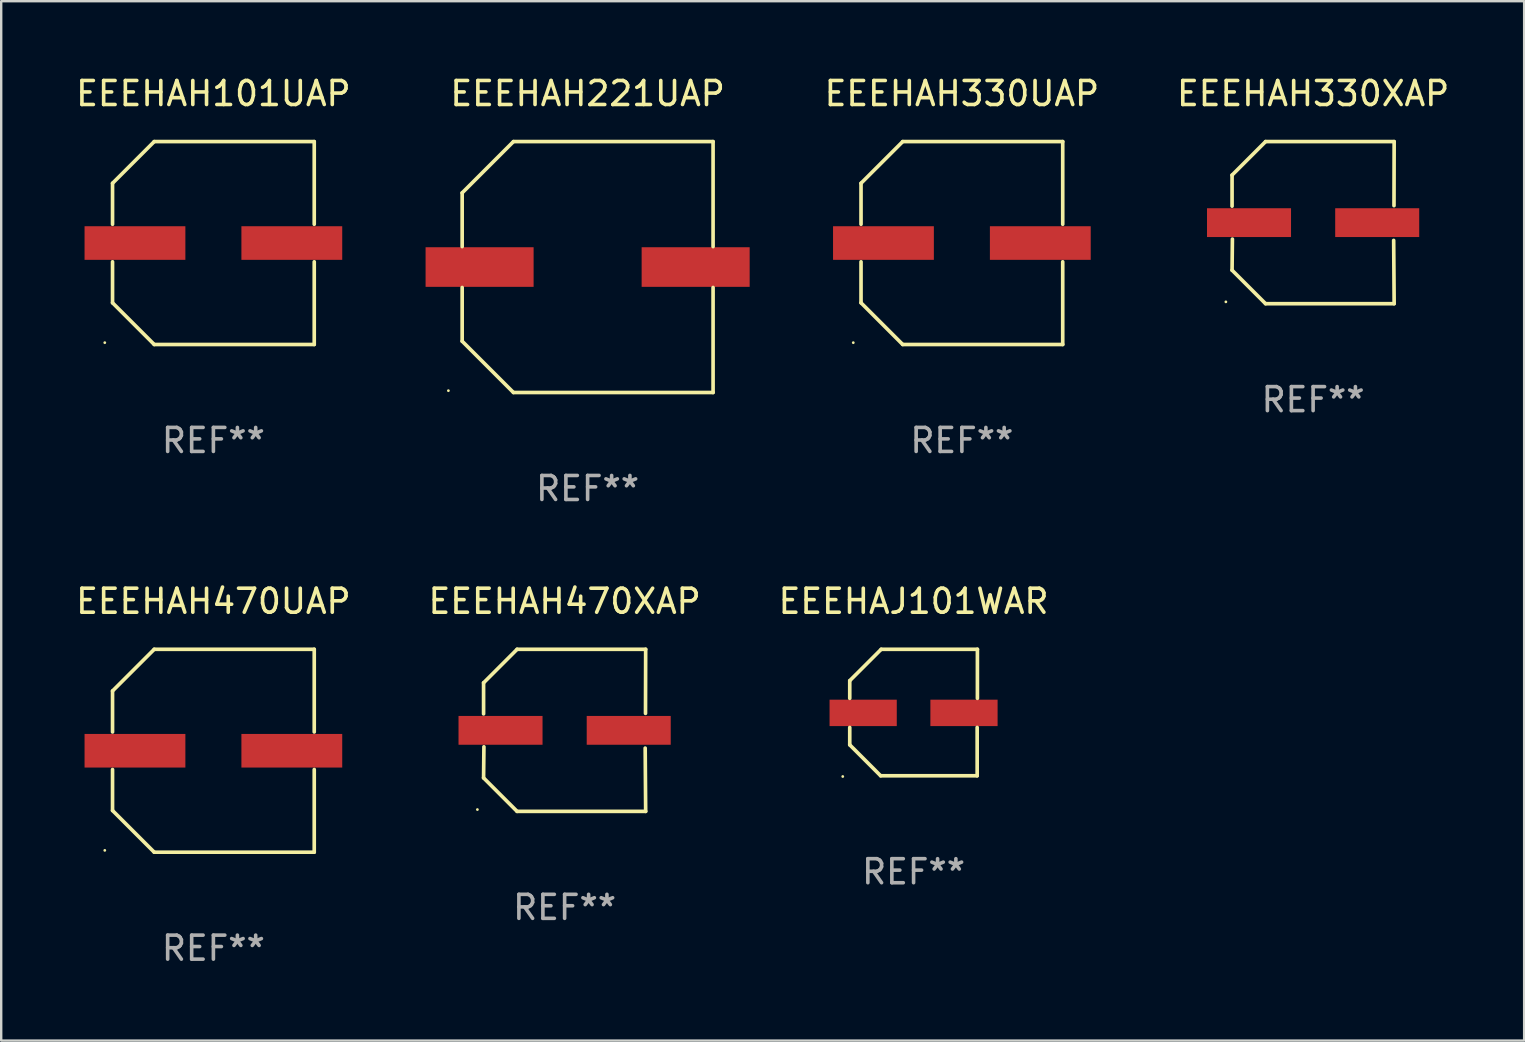
<source format=kicad_pcb>
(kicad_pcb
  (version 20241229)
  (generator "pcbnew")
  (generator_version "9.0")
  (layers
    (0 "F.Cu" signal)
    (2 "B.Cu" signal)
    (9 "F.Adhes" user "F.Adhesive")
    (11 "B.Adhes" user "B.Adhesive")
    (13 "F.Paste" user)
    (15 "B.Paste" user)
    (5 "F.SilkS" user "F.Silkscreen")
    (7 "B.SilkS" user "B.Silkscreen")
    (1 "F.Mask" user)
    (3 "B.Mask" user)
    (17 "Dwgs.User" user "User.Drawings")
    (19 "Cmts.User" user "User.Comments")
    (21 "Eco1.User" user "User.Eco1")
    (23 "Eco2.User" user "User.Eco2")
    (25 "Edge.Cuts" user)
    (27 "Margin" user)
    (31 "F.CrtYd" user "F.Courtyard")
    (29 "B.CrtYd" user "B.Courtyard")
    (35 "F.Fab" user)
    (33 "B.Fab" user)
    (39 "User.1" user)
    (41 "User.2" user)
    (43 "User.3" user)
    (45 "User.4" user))
  (footprint "EEEHAH330XAP"
    (layer "F.Cu")
    (at 51.649 6.224)
    (property "Reference" "EEEHAH330XAP" (at 0 -5.376 0) (layer "F.SilkS") (effects (font (size 1 1) (thickness 0.15))))
    (attr through_hole)
    (fp_line (start -3.376 -1.98) (end -3.376 -0.686) (stroke (width 0.152) (type solid)) (layer "F.SilkS"))
    (fp_line (start -3.376 1.981) (end -3.362 0.686) (stroke (width 0.152) (type solid)) (layer "F.SilkS"))
    (fp_line (start -1.981 3.376) (end -3.376 1.981) (stroke (width 0.152) (type solid)) (layer "F.SilkS"))
    (fp_line (start -1.98 -3.376) (end -3.376 -1.98) (stroke (width 0.152) (type solid)) (layer "F.SilkS"))
    (fp_line (start 3.356 0.74) (end 3.376 3.376) (stroke (width 0.152) (type solid)) (layer "F.SilkS"))
    (fp_line (start 3.369 -0.707) (end 3.376 -3.376) (stroke (width 0.152) (type solid)) (layer "F.SilkS"))
    (fp_line (start 3.376 3.376) (end -1.981 3.376) (stroke (width 0.152) (type solid)) (layer "F.SilkS"))
    (fp_line (start 3.376 -3.376) (end -1.98 -3.376) (stroke (width 0.152) (type solid)) (layer "F.SilkS"))
    (fp_circle (center -3.634 3.3) (end -3.604 3.3) (stroke (width 0.06) (type solid)) (fill no) (layer "F.SilkS"))
    (fp_text user "REF**" (at 0 7.376 0) (layer "F.Fab") (effects (font (size 1 1) (thickness 0.15))))
    (pad "1" smd rect (at -2.67 0.000254) (size 3.5 1.2) (layers "F.Cu" "F.Mask" "F.Paste"))
    (pad "2" smd rect (at 2.67 0.000254) (size 3.5 1.2) (layers "F.Cu" "F.Mask" "F.Paste")))
  (footprint "EEEHAH330UAP"
    (layer "F.Cu")
    (at 37.018 7.074)
    (property "Reference" "EEEHAH330UAP" (at 0 -6.226 0) (layer "F.SilkS") (effects (font (size 1 1) (thickness 0.15))))
    (attr through_hole)
    (fp_line (start -4.201 -2.49) (end -4.201 -0.782) (stroke (width 0.152) (type solid)) (layer "F.SilkS"))
    (fp_line (start -4.201 2.49) (end -4.201 0.782) (stroke (width 0.152) (type solid)) (layer "F.SilkS"))
    (fp_line (start -2.465 -4.226) (end -4.201 -2.49) (stroke (width 0.152) (type solid)) (layer "F.SilkS"))
    (fp_line (start -2.465 4.226) (end -4.201 2.49) (stroke (width 0.152) (type solid)) (layer "F.SilkS"))
    (fp_line (start 4.201 -4.226) (end -2.465 -4.226) (stroke (width 0.152) (type solid)) (layer "F.SilkS"))
    (fp_line (start 4.201 -0.782) (end 4.201 -4.226) (stroke (width 0.152) (type solid)) (layer "F.SilkS"))
    (fp_line (start 4.201 0.782) (end 4.201 4.226) (stroke (width 0.152) (type solid)) (layer "F.SilkS"))
    (fp_line (start 4.201 4.226) (end -2.465 4.226) (stroke (width 0.152) (type solid)) (layer "F.SilkS"))
    (fp_circle (center -4.524 4.15) (end -4.494 4.15) (stroke (width 0.06) (type solid)) (fill no) (layer "F.SilkS"))
    (fp_text user "REF**" (at 0 8.226 0) (layer "F.Fab") (effects (font (size 1 1) (thickness 0.15))))
    (pad "1" smd rect (at -3.267 0) (size 4.2 1.4) (layers "F.Cu" "F.Mask" "F.Paste"))
    (pad "2" smd rect (at 3.267 0) (size 4.2 1.4) (layers "F.Cu" "F.Mask" "F.Paste")))
  (footprint "EEEHAH221UAP"
    (layer "F.Cu")
    (at 21.428 8.074)
    (property "Reference" "EEEHAH221UAP" (at 0 -7.226 0) (layer "F.SilkS") (effects (font (size 1 1) (thickness 0.15))))
    (attr through_hole)
    (fp_line (start -5.226 -3.09) (end -5.226 -0.852) (stroke (width 0.152) (type solid)) (layer "F.SilkS"))
    (fp_line (start -5.226 3.09) (end -5.226 0.852) (stroke (width 0.152) (type solid)) (layer "F.SilkS"))
    (fp_line (start -3.09 -5.226) (end -5.226 -3.09) (stroke (width 0.152) (type solid)) (layer "F.SilkS"))
    (fp_line (start -3.09 5.226) (end -5.226 3.09) (stroke (width 0.152) (type solid)) (layer "F.SilkS"))
    (fp_line (start 5.226 -5.226) (end -3.09 -5.226) (stroke (width 0.152) (type solid)) (layer "F.SilkS"))
    (fp_line (start 5.226 -0.852) (end 5.226 -5.226) (stroke (width 0.152) (type solid)) (layer "F.SilkS"))
    (fp_line (start 5.226 0.852) (end 5.226 5.226) (stroke (width 0.152) (type solid)) (layer "F.SilkS"))
    (fp_line (start 5.226 5.226) (end -3.09 5.226) (stroke (width 0.152) (type solid)) (layer "F.SilkS"))
    (fp_circle (center -5.8 5.15) (end -5.77 5.15) (stroke (width 0.06) (type solid)) (fill no) (layer "F.SilkS"))
    (fp_text user "REF**" (at 0 9.226 0) (layer "F.Fab") (effects (font (size 1 1) (thickness 0.15))))
    (pad "1" smd rect (at -4.5 0) (size 4.5 1.65) (layers "F.Cu" "F.Mask" "F.Paste"))
    (pad "2" smd rect (at 4.5 0) (size 4.5 1.65) (layers "F.Cu" "F.Mask" "F.Paste")))
  (footprint "EEEHAH101UAP"
    (layer "F.Cu")
    (at 5.839 7.074)
    (property "Reference" "EEEHAH101UAP" (at 0 -6.226 0) (layer "F.SilkS") (effects (font (size 1 1) (thickness 0.15))))
    (attr through_hole)
    (fp_line (start -4.201 -2.49) (end -4.201 -0.782) (stroke (width 0.152) (type solid)) (layer "F.SilkS"))
    (fp_line (start -4.201 2.49) (end -4.201 0.782) (stroke (width 0.152) (type solid)) (layer "F.SilkS"))
    (fp_line (start -2.465 -4.226) (end -4.201 -2.49) (stroke (width 0.152) (type solid)) (layer "F.SilkS"))
    (fp_line (start -2.465 4.226) (end -4.201 2.49) (stroke (width 0.152) (type solid)) (layer "F.SilkS"))
    (fp_line (start 4.201 -4.226) (end -2.465 -4.226) (stroke (width 0.152) (type solid)) (layer "F.SilkS"))
    (fp_line (start 4.201 -0.782) (end 4.201 -4.226) (stroke (width 0.152) (type solid)) (layer "F.SilkS"))
    (fp_line (start 4.201 0.782) (end 4.201 4.226) (stroke (width 0.152) (type solid)) (layer "F.SilkS"))
    (fp_line (start 4.201 4.226) (end -2.465 4.226) (stroke (width 0.152) (type solid)) (layer "F.SilkS"))
    (fp_circle (center -4.524 4.15) (end -4.494 4.15) (stroke (width 0.06) (type solid)) (fill no) (layer "F.SilkS"))
    (fp_text user "REF**" (at 0 8.226 0) (layer "F.Fab") (effects (font (size 1 1) (thickness 0.15))))
    (pad "1" smd rect (at -3.267 0) (size 4.2 1.4) (layers "F.Cu" "F.Mask" "F.Paste"))
    (pad "2" smd rect (at 3.267 0) (size 4.2 1.4) (layers "F.Cu" "F.Mask" "F.Paste")))
  (footprint "EEEHAJ101WAR"
    (layer "F.Cu")
    (at 35.006 26.631)
    (property "Reference" "EEEHAJ101WAR" (at 0 -4.634 0) (layer "F.SilkS") (effects (font (size 1 1) (thickness 0.15))))
    (attr through_hole)
    (fp_line (start -2.659 -1.326) (end -2.659 -0.592) (stroke (width 0.152) (type solid)) (layer "F.SilkS"))
    (fp_line (start -2.659 1.346) (end -2.659 0.622) (stroke (width 0.152) (type solid)) (layer "F.SilkS"))
    (fp_line (start -1.372 2.634) (end -2.659 1.346) (stroke (width 0.152) (type solid)) (layer "F.SilkS"))
    (fp_line (start -1.349 -2.634) (end -2.659 -1.326) (stroke (width 0.152) (type solid)) (layer "F.SilkS"))
    (fp_line (start 2.649 0.622) (end 2.649 2.634) (stroke (width 0.152) (type solid)) (layer "F.SilkS"))
    (fp_line (start 2.649 2.634) (end -1.372 2.634) (stroke (width 0.152) (type solid)) (layer "F.SilkS"))
    (fp_line (start 2.659 -2.634) (end -1.349 -2.634) (stroke (width 0.152) (type solid)) (layer "F.SilkS"))
    (fp_line (start 2.659 -0.592) (end 2.659 -2.634) (stroke (width 0.152) (type solid)) (layer "F.SilkS"))
    (fp_circle (center -2.95 2.665) (end -2.92 2.665) (stroke (width 0.06) (type solid)) (fill no) (layer "F.SilkS"))
    (fp_text user "REF**" (at 0 6.634 0) (layer "F.Fab") (effects (font (size 1 1) (thickness 0.15))))
    (pad "1" smd rect (at -2.1 0.015) (size 2.8 1.1) (layers "F.Cu" "F.Mask" "F.Paste"))
    (pad "2" smd rect (at 2.1 0.015) (size 2.8 1.1) (layers "F.Cu" "F.Mask" "F.Paste")))
  (footprint "EEEHAH470XAP"
    (layer "F.Cu")
    (at 20.47 27.373)
    (property "Reference" "EEEHAH470XAP" (at 0 -5.376 0) (layer "F.SilkS") (effects (font (size 1 1) (thickness 0.15))))
    (attr through_hole)
    (fp_line (start -3.376 -1.98) (end -3.376 -0.686) (stroke (width 0.152) (type solid)) (layer "F.SilkS"))
    (fp_line (start -3.376 1.981) (end -3.362 0.686) (stroke (width 0.152) (type solid)) (layer "F.SilkS"))
    (fp_line (start -1.981 3.376) (end -3.376 1.981) (stroke (width 0.152) (type solid)) (layer "F.SilkS"))
    (fp_line (start -1.98 -3.376) (end -3.376 -1.98) (stroke (width 0.152) (type solid)) (layer "F.SilkS"))
    (fp_line (start 3.356 0.74) (end 3.376 3.376) (stroke (width 0.152) (type solid)) (layer "F.SilkS"))
    (fp_line (start 3.369 -0.707) (end 3.376 -3.376) (stroke (width 0.152) (type solid)) (layer "F.SilkS"))
    (fp_line (start 3.376 3.376) (end -1.981 3.376) (stroke (width 0.152) (type solid)) (layer "F.SilkS"))
    (fp_line (start 3.376 -3.376) (end -1.98 -3.376) (stroke (width 0.152) (type solid)) (layer "F.SilkS"))
    (fp_circle (center -3.634 3.3) (end -3.604 3.3) (stroke (width 0.06) (type solid)) (fill no) (layer "F.SilkS"))
    (fp_text user "REF**" (at 0 7.376 0) (layer "F.Fab") (effects (font (size 1 1) (thickness 0.15))))
    (pad "1" smd rect (at -2.67 0.000254) (size 3.5 1.2) (layers "F.Cu" "F.Mask" "F.Paste"))
    (pad "2" smd rect (at 2.67 0.000254) (size 3.5 1.2) (layers "F.Cu" "F.Mask" "F.Paste")))
  (footprint "EEEHAH470UAP"
    (layer "F.Cu")
    (at 5.839 28.223)
    (property "Reference" "EEEHAH470UAP" (at 0 -6.226 0) (layer "F.SilkS") (effects (font (size 1 1) (thickness 0.15))))
    (attr through_hole)
    (fp_line (start -4.201 -2.49) (end -4.201 -0.782) (stroke (width 0.152) (type solid)) (layer "F.SilkS"))
    (fp_line (start -4.201 2.49) (end -4.201 0.782) (stroke (width 0.152) (type solid)) (layer "F.SilkS"))
    (fp_line (start -2.465 -4.226) (end -4.201 -2.49) (stroke (width 0.152) (type solid)) (layer "F.SilkS"))
    (fp_line (start -2.465 4.226) (end -4.201 2.49) (stroke (width 0.152) (type solid)) (layer "F.SilkS"))
    (fp_line (start 4.201 -4.226) (end -2.465 -4.226) (stroke (width 0.152) (type solid)) (layer "F.SilkS"))
    (fp_line (start 4.201 -0.782) (end 4.201 -4.226) (stroke (width 0.152) (type solid)) (layer "F.SilkS"))
    (fp_line (start 4.201 0.782) (end 4.201 4.226) (stroke (width 0.152) (type solid)) (layer "F.SilkS"))
    (fp_line (start 4.201 4.226) (end -2.465 4.226) (stroke (width 0.152) (type solid)) (layer "F.SilkS"))
    (fp_circle (center -4.524 4.15) (end -4.494 4.15) (stroke (width 0.06) (type solid)) (fill no) (layer "F.SilkS"))
    (fp_text user "REF**" (at 0 8.226 0) (layer "F.Fab") (effects (font (size 1 1) (thickness 0.15))))
    (pad "1" smd rect (at -3.267 0) (size 4.2 1.4) (layers "F.Cu" "F.Mask" "F.Paste"))
    (pad "2" smd rect (at 3.267 0) (size 4.2 1.4) (layers "F.Cu" "F.Mask" "F.Paste")))
  (gr_rect
    (start -3 -3)
    (end 60.44 40.298)
    (stroke (width 0.1) (type default))
    (fill no)
    (layer "Edge.Cuts")))
</source>
